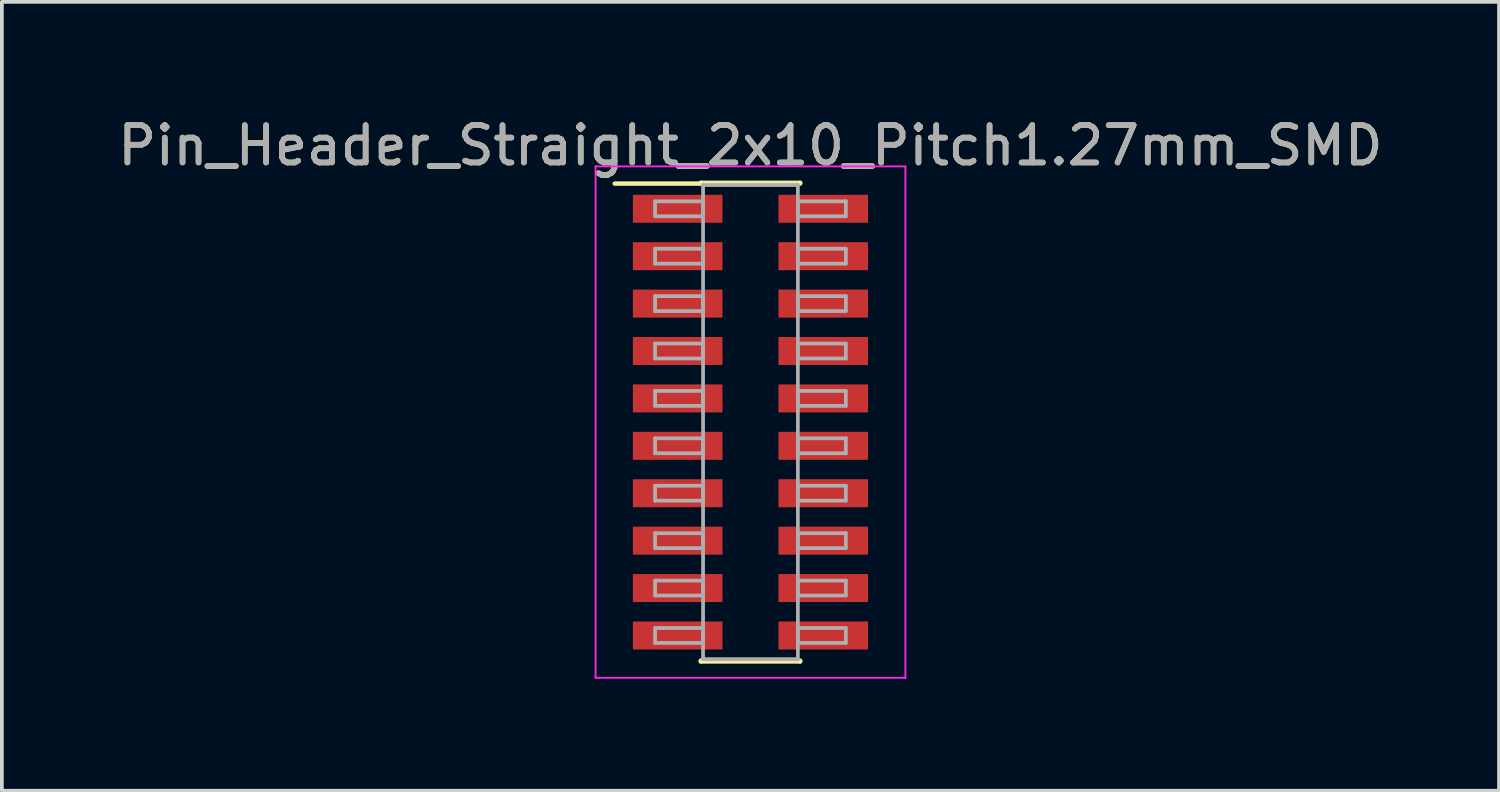
<source format=kicad_pcb>
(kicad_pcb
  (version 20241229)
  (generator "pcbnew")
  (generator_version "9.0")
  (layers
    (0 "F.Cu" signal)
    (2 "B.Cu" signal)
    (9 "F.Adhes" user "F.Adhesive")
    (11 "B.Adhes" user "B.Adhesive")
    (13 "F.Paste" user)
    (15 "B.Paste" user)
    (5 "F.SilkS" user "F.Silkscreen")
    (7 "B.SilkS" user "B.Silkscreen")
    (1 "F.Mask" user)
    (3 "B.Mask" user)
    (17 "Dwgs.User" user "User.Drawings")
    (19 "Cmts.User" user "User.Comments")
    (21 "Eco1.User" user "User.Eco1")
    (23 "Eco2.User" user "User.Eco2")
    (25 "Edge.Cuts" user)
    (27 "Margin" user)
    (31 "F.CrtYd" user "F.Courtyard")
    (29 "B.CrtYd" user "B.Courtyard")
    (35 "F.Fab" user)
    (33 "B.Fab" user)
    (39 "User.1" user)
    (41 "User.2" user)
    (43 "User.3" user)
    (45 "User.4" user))
  (footprint "Pin_Header_Straight_2x10_Pitch1.27mm_SMD"
    (layer "F.Cu")
    (at 17.054 8.258)
    (property "Reference" "Pin_Header_Straight_2x10_Pitch1.27mm_SMD" (at 0 -7.41 0) (layer "F.SilkS") (effects (font (size 1 1) (thickness 0.15))))
    (attr smd)
    (fp_line (start -3.635 -6.39) (end -1.33 -6.39) (stroke (width 0.12) (type solid)) (layer "F.SilkS"))
    (fp_line (start -1.33 -6.41) (end 1.33 -6.41) (stroke (width 0.12) (type solid)) (layer "F.SilkS"))
    (fp_line (start -1.33 -6.39) (end -1.33 -6.41) (stroke (width 0.12) (type solid)) (layer "F.SilkS"))
    (fp_line (start -1.33 6.39) (end -1.33 6.41) (stroke (width 0.12) (type solid)) (layer "F.SilkS"))
    (fp_line (start -1.33 6.41) (end 1.33 6.41) (stroke (width 0.12) (type solid)) (layer "F.SilkS"))
    (fp_line (start 1.33 -6.41) (end 1.33 -6.39) (stroke (width 0.12) (type solid)) (layer "F.SilkS"))
    (fp_line (start 1.33 6.41) (end 1.33 6.39) (stroke (width 0.12) (type solid)) (layer "F.SilkS"))
    (fp_line (start -4.15 -6.85) (end -4.15 6.85) (stroke (width 0.05) (type solid)) (layer "F.CrtYd"))
    (fp_line (start -4.15 6.85) (end 4.15 6.85) (stroke (width 0.05) (type solid)) (layer "F.CrtYd"))
    (fp_line (start 4.15 -6.85) (end -4.15 -6.85) (stroke (width 0.05) (type solid)) (layer "F.CrtYd"))
    (fp_line (start 4.15 6.85) (end 4.15 -6.85) (stroke (width 0.05) (type solid)) (layer "F.CrtYd"))
    (fp_line (start -2.555 -5.915) (end -1.27 -5.915) (stroke (width 0.1) (type solid)) (layer "F.Fab"))
    (fp_line (start -2.555 -5.515) (end -2.555 -5.915) (stroke (width 0.1) (type solid)) (layer "F.Fab"))
    (fp_line (start -2.555 -4.645) (end -1.27 -4.645) (stroke (width 0.1) (type solid)) (layer "F.Fab"))
    (fp_line (start -2.555 -4.245) (end -2.555 -4.645) (stroke (width 0.1) (type solid)) (layer "F.Fab"))
    (fp_line (start -2.555 -3.375) (end -1.27 -3.375) (stroke (width 0.1) (type solid)) (layer "F.Fab"))
    (fp_line (start -2.555 -2.975) (end -2.555 -3.375) (stroke (width 0.1) (type solid)) (layer "F.Fab"))
    (fp_line (start -2.555 -2.105) (end -1.27 -2.105) (stroke (width 0.1) (type solid)) (layer "F.Fab"))
    (fp_line (start -2.555 -1.705) (end -2.555 -2.105) (stroke (width 0.1) (type solid)) (layer "F.Fab"))
    (fp_line (start -2.555 -0.835) (end -1.27 -0.835) (stroke (width 0.1) (type solid)) (layer "F.Fab"))
    (fp_line (start -2.555 -0.435) (end -2.555 -0.835) (stroke (width 0.1) (type solid)) (layer "F.Fab"))
    (fp_line (start -2.555 0.435) (end -1.27 0.435) (stroke (width 0.1) (type solid)) (layer "F.Fab"))
    (fp_line (start -2.555 0.835) (end -2.555 0.435) (stroke (width 0.1) (type solid)) (layer "F.Fab"))
    (fp_line (start -2.555 1.705) (end -1.27 1.705) (stroke (width 0.1) (type solid)) (layer "F.Fab"))
    (fp_line (start -2.555 2.105) (end -2.555 1.705) (stroke (width 0.1) (type solid)) (layer "F.Fab"))
    (fp_line (start -2.555 2.975) (end -1.27 2.975) (stroke (width 0.1) (type solid)) (layer "F.Fab"))
    (fp_line (start -2.555 3.375) (end -2.555 2.975) (stroke (width 0.1) (type solid)) (layer "F.Fab"))
    (fp_line (start -2.555 4.245) (end -1.27 4.245) (stroke (width 0.1) (type solid)) (layer "F.Fab"))
    (fp_line (start -2.555 4.645) (end -2.555 4.245) (stroke (width 0.1) (type solid)) (layer "F.Fab"))
    (fp_line (start -2.555 5.515) (end -1.27 5.515) (stroke (width 0.1) (type solid)) (layer "F.Fab"))
    (fp_line (start -2.555 5.915) (end -2.555 5.515) (stroke (width 0.1) (type solid)) (layer "F.Fab"))
    (fp_line (start -1.27 -6.35) (end -1.27 6.35) (stroke (width 0.1) (type solid)) (layer "F.Fab"))
    (fp_line (start -1.27 -5.915) (end -1.27 -5.515) (stroke (width 0.1) (type solid)) (layer "F.Fab"))
    (fp_line (start -1.27 -5.515) (end -2.555 -5.515) (stroke (width 0.1) (type solid)) (layer "F.Fab"))
    (fp_line (start -1.27 -4.645) (end -1.27 -4.245) (stroke (width 0.1) (type solid)) (layer "F.Fab"))
    (fp_line (start -1.27 -4.245) (end -2.555 -4.245) (stroke (width 0.1) (type solid)) (layer "F.Fab"))
    (fp_line (start -1.27 -3.375) (end -1.27 -2.975) (stroke (width 0.1) (type solid)) (layer "F.Fab"))
    (fp_line (start -1.27 -2.975) (end -2.555 -2.975) (stroke (width 0.1) (type solid)) (layer "F.Fab"))
    (fp_line (start -1.27 -2.105) (end -1.27 -1.705) (stroke (width 0.1) (type solid)) (layer "F.Fab"))
    (fp_line (start -1.27 -1.705) (end -2.555 -1.705) (stroke (width 0.1) (type solid)) (layer "F.Fab"))
    (fp_line (start -1.27 -0.835) (end -1.27 -0.435) (stroke (width 0.1) (type solid)) (layer "F.Fab"))
    (fp_line (start -1.27 -0.435) (end -2.555 -0.435) (stroke (width 0.1) (type solid)) (layer "F.Fab"))
    (fp_line (start -1.27 0.435) (end -1.27 0.835) (stroke (width 0.1) (type solid)) (layer "F.Fab"))
    (fp_line (start -1.27 0.835) (end -2.555 0.835) (stroke (width 0.1) (type solid)) (layer "F.Fab"))
    (fp_line (start -1.27 1.705) (end -1.27 2.105) (stroke (width 0.1) (type solid)) (layer "F.Fab"))
    (fp_line (start -1.27 2.105) (end -2.555 2.105) (stroke (width 0.1) (type solid)) (layer "F.Fab"))
    (fp_line (start -1.27 2.975) (end -1.27 3.375) (stroke (width 0.1) (type solid)) (layer "F.Fab"))
    (fp_line (start -1.27 3.375) (end -2.555 3.375) (stroke (width 0.1) (type solid)) (layer "F.Fab"))
    (fp_line (start -1.27 4.245) (end -1.27 4.645) (stroke (width 0.1) (type solid)) (layer "F.Fab"))
    (fp_line (start -1.27 4.645) (end -2.555 4.645) (stroke (width 0.1) (type solid)) (layer "F.Fab"))
    (fp_line (start -1.27 5.515) (end -1.27 5.915) (stroke (width 0.1) (type solid)) (layer "F.Fab"))
    (fp_line (start -1.27 5.915) (end -2.555 5.915) (stroke (width 0.1) (type solid)) (layer "F.Fab"))
    (fp_line (start -1.27 6.35) (end 1.27 6.35) (stroke (width 0.1) (type solid)) (layer "F.Fab"))
    (fp_line (start 1.27 -6.35) (end -1.27 -6.35) (stroke (width 0.1) (type solid)) (layer "F.Fab"))
    (fp_line (start 1.27 -5.915) (end 1.27 -5.515) (stroke (width 0.1) (type solid)) (layer "F.Fab"))
    (fp_line (start 1.27 -5.515) (end 2.555 -5.515) (stroke (width 0.1) (type solid)) (layer "F.Fab"))
    (fp_line (start 1.27 -4.645) (end 1.27 -4.245) (stroke (width 0.1) (type solid)) (layer "F.Fab"))
    (fp_line (start 1.27 -4.245) (end 2.555 -4.245) (stroke (width 0.1) (type solid)) (layer "F.Fab"))
    (fp_line (start 1.27 -3.375) (end 1.27 -2.975) (stroke (width 0.1) (type solid)) (layer "F.Fab"))
    (fp_line (start 1.27 -2.975) (end 2.555 -2.975) (stroke (width 0.1) (type solid)) (layer "F.Fab"))
    (fp_line (start 1.27 -2.105) (end 1.27 -1.705) (stroke (width 0.1) (type solid)) (layer "F.Fab"))
    (fp_line (start 1.27 -1.705) (end 2.555 -1.705) (stroke (width 0.1) (type solid)) (layer "F.Fab"))
    (fp_line (start 1.27 -0.835) (end 1.27 -0.435) (stroke (width 0.1) (type solid)) (layer "F.Fab"))
    (fp_line (start 1.27 -0.435) (end 2.555 -0.435) (stroke (width 0.1) (type solid)) (layer "F.Fab"))
    (fp_line (start 1.27 0.435) (end 1.27 0.835) (stroke (width 0.1) (type solid)) (layer "F.Fab"))
    (fp_line (start 1.27 0.835) (end 2.555 0.835) (stroke (width 0.1) (type solid)) (layer "F.Fab"))
    (fp_line (start 1.27 1.705) (end 1.27 2.105) (stroke (width 0.1) (type solid)) (layer "F.Fab"))
    (fp_line (start 1.27 2.105) (end 2.555 2.105) (stroke (width 0.1) (type solid)) (layer "F.Fab"))
    (fp_line (start 1.27 2.975) (end 1.27 3.375) (stroke (width 0.1) (type solid)) (layer "F.Fab"))
    (fp_line (start 1.27 3.375) (end 2.555 3.375) (stroke (width 0.1) (type solid)) (layer "F.Fab"))
    (fp_line (start 1.27 4.245) (end 1.27 4.645) (stroke (width 0.1) (type solid)) (layer "F.Fab"))
    (fp_line (start 1.27 4.645) (end 2.555 4.645) (stroke (width 0.1) (type solid)) (layer "F.Fab"))
    (fp_line (start 1.27 5.515) (end 1.27 5.915) (stroke (width 0.1) (type solid)) (layer "F.Fab"))
    (fp_line (start 1.27 5.915) (end 2.555 5.915) (stroke (width 0.1) (type solid)) (layer "F.Fab"))
    (fp_line (start 1.27 6.35) (end 1.27 -6.35) (stroke (width 0.1) (type solid)) (layer "F.Fab"))
    (fp_line (start 2.555 -5.915) (end 1.27 -5.915) (stroke (width 0.1) (type solid)) (layer "F.Fab"))
    (fp_line (start 2.555 -5.515) (end 2.555 -5.915) (stroke (width 0.1) (type solid)) (layer "F.Fab"))
    (fp_line (start 2.555 -4.645) (end 1.27 -4.645) (stroke (width 0.1) (type solid)) (layer "F.Fab"))
    (fp_line (start 2.555 -4.245) (end 2.555 -4.645) (stroke (width 0.1) (type solid)) (layer "F.Fab"))
    (fp_line (start 2.555 -3.375) (end 1.27 -3.375) (stroke (width 0.1) (type solid)) (layer "F.Fab"))
    (fp_line (start 2.555 -2.975) (end 2.555 -3.375) (stroke (width 0.1) (type solid)) (layer "F.Fab"))
    (fp_line (start 2.555 -2.105) (end 1.27 -2.105) (stroke (width 0.1) (type solid)) (layer "F.Fab"))
    (fp_line (start 2.555 -1.705) (end 2.555 -2.105) (stroke (width 0.1) (type solid)) (layer "F.Fab"))
    (fp_line (start 2.555 -0.835) (end 1.27 -0.835) (stroke (width 0.1) (type solid)) (layer "F.Fab"))
    (fp_line (start 2.555 -0.435) (end 2.555 -0.835) (stroke (width 0.1) (type solid)) (layer "F.Fab"))
    (fp_line (start 2.555 0.435) (end 1.27 0.435) (stroke (width 0.1) (type solid)) (layer "F.Fab"))
    (fp_line (start 2.555 0.835) (end 2.555 0.435) (stroke (width 0.1) (type solid)) (layer "F.Fab"))
    (fp_line (start 2.555 1.705) (end 1.27 1.705) (stroke (width 0.1) (type solid)) (layer "F.Fab"))
    (fp_line (start 2.555 2.105) (end 2.555 1.705) (stroke (width 0.1) (type solid)) (layer "F.Fab"))
    (fp_line (start 2.555 2.975) (end 1.27 2.975) (stroke (width 0.1) (type solid)) (layer "F.Fab"))
    (fp_line (start 2.555 3.375) (end 2.555 2.975) (stroke (width 0.1) (type solid)) (layer "F.Fab"))
    (fp_line (start 2.555 4.245) (end 1.27 4.245) (stroke (width 0.1) (type solid)) (layer "F.Fab"))
    (fp_line (start 2.555 4.645) (end 2.555 4.245) (stroke (width 0.1) (type solid)) (layer "F.Fab"))
    (fp_line (start 2.555 5.515) (end 1.27 5.515) (stroke (width 0.1) (type solid)) (layer "F.Fab"))
    (fp_line (start 2.555 5.915) (end 2.555 5.515) (stroke (width 0.1) (type solid)) (layer "F.Fab"))
    (fp_text user "${REFERENCE}" (at 0 -7.41 0) (layer "F.Fab") (effects (font (size 1 1) (thickness 0.15))))
    (pad "1" smd rect (at -1.95 -5.715) (size 2.4 0.75) (layers "F.Cu" "F.Mask" "F.Paste"))
    (pad "2" smd rect (at 1.95 -5.715) (size 2.4 0.75) (layers "F.Cu" "F.Mask" "F.Paste"))
    (pad "3" smd rect (at -1.95 -4.445) (size 2.4 0.75) (layers "F.Cu" "F.Mask" "F.Paste"))
    (pad "4" smd rect (at 1.95 -4.445) (size 2.4 0.75) (layers "F.Cu" "F.Mask" "F.Paste"))
    (pad "5" smd rect (at -1.95 -3.175) (size 2.4 0.75) (layers "F.Cu" "F.Mask" "F.Paste"))
    (pad "6" smd rect (at 1.95 -3.175) (size 2.4 0.75) (layers "F.Cu" "F.Mask" "F.Paste"))
    (pad "7" smd rect (at -1.95 -1.905) (size 2.4 0.75) (layers "F.Cu" "F.Mask" "F.Paste"))
    (pad "8" smd rect (at 1.95 -1.905) (size 2.4 0.75) (layers "F.Cu" "F.Mask" "F.Paste"))
    (pad "9" smd rect (at -1.95 -0.635) (size 2.4 0.75) (layers "F.Cu" "F.Mask" "F.Paste"))
    (pad "10" smd rect (at 1.95 -0.635) (size 2.4 0.75) (layers "F.Cu" "F.Mask" "F.Paste"))
    (pad "11" smd rect (at -1.95 0.635) (size 2.4 0.75) (layers "F.Cu" "F.Mask" "F.Paste"))
    (pad "12" smd rect (at 1.95 0.635) (size 2.4 0.75) (layers "F.Cu" "F.Mask" "F.Paste"))
    (pad "13" smd rect (at -1.95 1.905) (size 2.4 0.75) (layers "F.Cu" "F.Mask" "F.Paste"))
    (pad "14" smd rect (at 1.95 1.905) (size 2.4 0.75) (layers "F.Cu" "F.Mask" "F.Paste"))
    (pad "15" smd rect (at -1.95 3.175) (size 2.4 0.75) (layers "F.Cu" "F.Mask" "F.Paste"))
    (pad "16" smd rect (at 1.95 3.175) (size 2.4 0.75) (layers "F.Cu" "F.Mask" "F.Paste"))
    (pad "17" smd rect (at -1.95 4.445) (size 2.4 0.75) (layers "F.Cu" "F.Mask" "F.Paste"))
    (pad "18" smd rect (at 1.95 4.445) (size 2.4 0.75) (layers "F.Cu" "F.Mask" "F.Paste"))
    (pad "19" smd rect (at -1.95 5.715) (size 2.4 0.75) (layers "F.Cu" "F.Mask" "F.Paste"))
    (pad "20" smd rect (at 1.95 5.715) (size 2.4 0.75) (layers "F.Cu" "F.Mask" "F.Paste")))
  (gr_rect
    (start -3 -3)
    (end 37.107 18.133)
    (stroke (width 0.1) (type default))
    (fill no)
    (layer "Edge.Cuts")))
</source>
